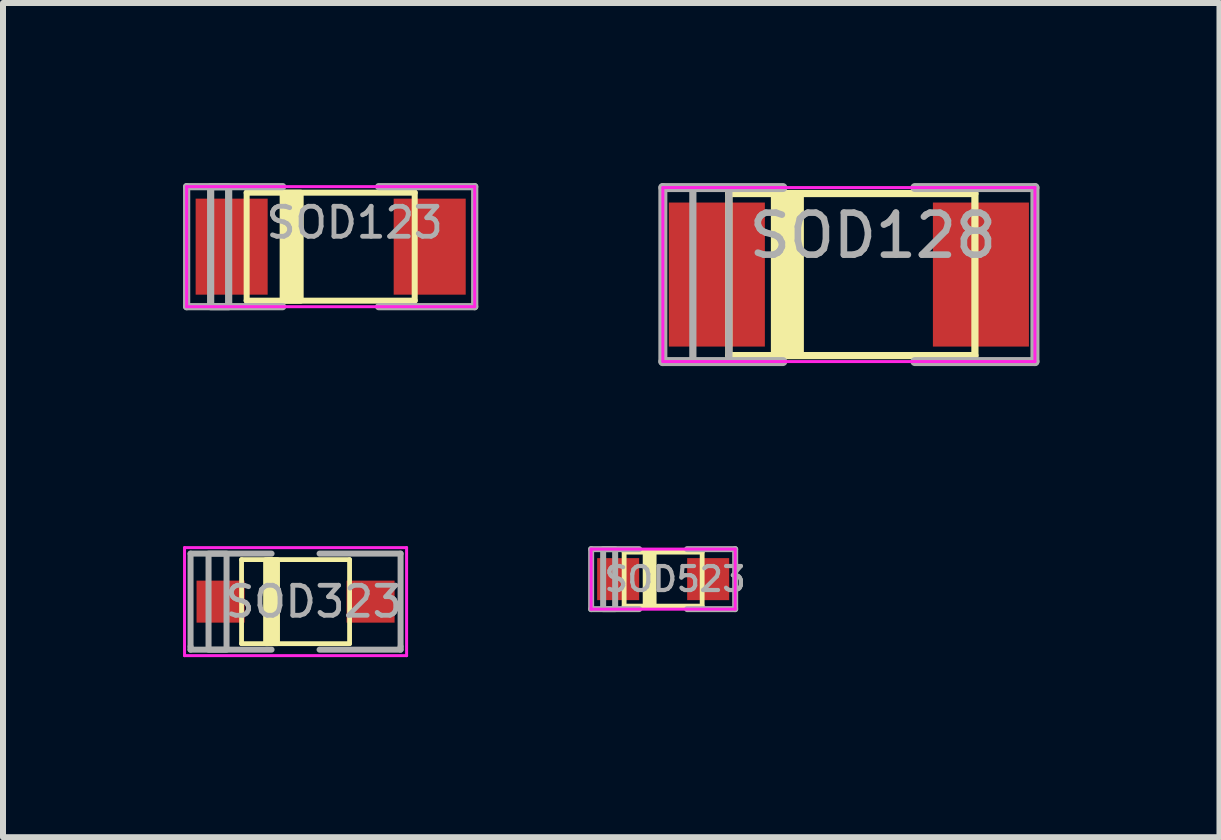
<source format=kicad_pcb>
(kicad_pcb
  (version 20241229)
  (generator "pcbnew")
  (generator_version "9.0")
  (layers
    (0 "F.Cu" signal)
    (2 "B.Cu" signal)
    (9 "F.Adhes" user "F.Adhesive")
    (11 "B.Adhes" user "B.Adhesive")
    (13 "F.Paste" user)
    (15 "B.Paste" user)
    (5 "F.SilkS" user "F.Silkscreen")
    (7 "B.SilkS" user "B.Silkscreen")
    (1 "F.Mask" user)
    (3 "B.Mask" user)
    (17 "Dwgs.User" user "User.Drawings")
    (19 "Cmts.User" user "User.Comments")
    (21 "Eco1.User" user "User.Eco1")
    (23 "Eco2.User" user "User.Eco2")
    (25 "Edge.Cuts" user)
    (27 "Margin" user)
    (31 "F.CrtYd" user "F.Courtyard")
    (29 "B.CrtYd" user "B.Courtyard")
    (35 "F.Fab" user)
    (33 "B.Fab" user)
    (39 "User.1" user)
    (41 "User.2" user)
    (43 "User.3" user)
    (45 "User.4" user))
  (footprint "SOD523"
    (layer "F.Cu")
    (at 8 6.6)
    (property "Reference" "SOD523" (at 0.2 0 0) (layer "F.Fab") (effects (font (size 0.4 0.4) (thickness 0.07))))
    (attr smd)
    (fp_line (start -0.65 -0.45) (end -0.65 0.45) (stroke (width 0.08) (type solid)) (layer "F.SilkS"))
    (fp_line (start -0.65 -0.45) (end 0.65 -0.45) (stroke (width 0.08) (type solid)) (layer "F.SilkS"))
    (fp_line (start -0.3 -0.45) (end -0.3 0.45) (stroke (width 0.08) (type solid)) (layer "F.SilkS"))
    (fp_line (start -0.25 0.45) (end -0.25 -0.45) (stroke (width 0.08) (type solid)) (layer "F.SilkS"))
    (fp_line (start -0.2 -0.45) (end -0.2 0.45) (stroke (width 0.08) (type solid)) (layer "F.SilkS"))
    (fp_line (start -0.15 0.45) (end -0.15 -0.45) (stroke (width 0.08) (type solid)) (layer "F.SilkS"))
    (fp_line (start 0.65 -0.45) (end 0.65 0.45) (stroke (width 0.08) (type solid)) (layer "F.SilkS"))
    (fp_line (start 0.65 0.45) (end -0.65 0.45) (stroke (width 0.08) (type solid)) (layer "F.SilkS"))
    (fp_line (start -1.2 -0.5) (end -1.2 0.5) (stroke (width 0.05) (type solid)) (layer "F.CrtYd"))
    (fp_line (start -1.2 -0.5) (end 1.2 -0.5) (stroke (width 0.05) (type solid)) (layer "F.CrtYd"))
    (fp_line (start -1.2 0.5) (end 1.2 0.5) (stroke (width 0.05) (type solid)) (layer "F.CrtYd"))
    (fp_line (start 1.2 -0.5) (end 1.2 0.5) (stroke (width 0.05) (type solid)) (layer "F.CrtYd"))
    (fp_line (start -1.2 -0.5) (end -1.2 0.5) (stroke (width 0.1) (type solid)) (layer "F.Fab"))
    (fp_line (start -1.2 0.5) (end -0.4 0.5) (stroke (width 0.1) (type solid)) (layer "F.Fab"))
    (fp_line (start -0.4 -0.5) (end -1.2 -0.5) (stroke (width 0.1) (type solid)) (layer "F.Fab"))
    (fp_line (start 0.4 -0.5) (end 1.2 -0.5) (stroke (width 0.1) (type solid)) (layer "F.Fab"))
    (fp_line (start 1.2 -0.5) (end 1.2 0.5) (stroke (width 0.1) (type solid)) (layer "F.Fab"))
    (fp_line (start 1.2 0.5) (end 0.4 0.5) (stroke (width 0.1) (type solid)) (layer "F.Fab"))
    (fp_poly (pts (xy -0.8 0.5) (xy -1 0.5) (xy -1 -0.5) (xy -0.8 -0.5)) (stroke (width 0.1) (type solid)) (fill no) (layer "F.Fab"))
    (pad "1" smd rect (at -0.75 0 180) (size 0.7 0.7) (layers "F.Cu" "F.Mask" "F.Paste"))
    (pad "2" smd rect (at 0.75 0 180) (size 0.7 0.7) (layers "F.Cu" "F.Mask" "F.Paste")))
  (footprint "SOD323"
    (layer "F.Cu")
    (at 1.875 6.975)
    (property "Reference" "SOD323" (at 0.3 0 0) (layer "F.Fab") (effects (font (size 0.5 0.5) (thickness 0.08))))
    (attr smd)
    (fp_line (start -0.9 -0.7) (end -0.9 0.7) (stroke (width 0.08) (type solid)) (layer "F.SilkS"))
    (fp_line (start -0.9 -0.7) (end 0.9 -0.7) (stroke (width 0.08) (type solid)) (layer "F.SilkS"))
    (fp_line (start -0.5 0.7) (end -0.45 0.7) (stroke (width 0.08) (type solid)) (layer "F.SilkS"))
    (fp_line (start -0.45 -0.7) (end -0.4 -0.7) (stroke (width 0.08) (type solid)) (layer "F.SilkS"))
    (fp_line (start 0.9 0.7) (end -0.9 0.7) (stroke (width 0.08) (type solid)) (layer "F.SilkS"))
    (fp_line (start 0.9 0.7) (end 0.9 -0.7) (stroke (width 0.08) (type solid)) (layer "F.SilkS"))
    (fp_poly (pts (xy -0.3 0.7) (xy -0.5 0.7) (xy -0.5 -0.7) (xy -0.3 -0.7)) (stroke (width 0.08) (type solid)) (fill yes) (layer "F.SilkS"))
    (fp_line (start -1.85 -0.9) (end 1.85 -0.9) (stroke (width 0.05) (type solid)) (layer "F.CrtYd"))
    (fp_line (start -1.85 0.9) (end -1.85 -0.9) (stroke (width 0.05) (type solid)) (layer "F.CrtYd"))
    (fp_line (start 1.85 -0.9) (end 1.85 0.9) (stroke (width 0.05) (type solid)) (layer "F.CrtYd"))
    (fp_line (start 1.85 0.9) (end -1.85 0.9) (stroke (width 0.05) (type solid)) (layer "F.CrtYd"))
    (fp_line (start -1.75 -0.8) (end -1.75 0.75) (stroke (width 0.1) (type solid)) (layer "F.Fab"))
    (fp_line (start -1.75 -0.8) (end -0.4 -0.8) (stroke (width 0.1) (type solid)) (layer "F.Fab"))
    (fp_line (start -1.75 0.75) (end -1.75 0.8) (stroke (width 0.1) (type solid)) (layer "F.Fab"))
    (fp_line (start -1.75 0.8) (end -0.4 0.8) (stroke (width 0.1) (type solid)) (layer "F.Fab"))
    (fp_line (start 0.4 -0.8) (end 1.75 -0.8) (stroke (width 0.1) (type solid)) (layer "F.Fab"))
    (fp_line (start 0.4 0.8) (end 1.75 0.8) (stroke (width 0.1) (type solid)) (layer "F.Fab"))
    (fp_line (start 1.75 -0.8) (end 1.75 0.75) (stroke (width 0.1) (type solid)) (layer "F.Fab"))
    (fp_line (start 1.75 0.75) (end 1.75 0.8) (stroke (width 0.1) (type solid)) (layer "F.Fab"))
    (fp_poly (pts (xy -1.45 -0.8) (xy -1.45 0.8) (xy -1.15 0.8) (xy -1.15 -0.8)) (stroke (width 0.1) (type solid)) (fill no) (layer "F.Fab"))
    (pad "1" smd rect (at -1.25 0) (size 0.8 0.7) (layers "F.Cu" "F.Mask" "F.Paste"))
    (pad "2" smd rect (at 1.25 0) (size 0.8 0.7) (layers "F.Cu" "F.Mask" "F.Paste")))
  (footprint "SOD123"
    (layer "F.Cu")
    (at 2.46 1.06)
    (property "Reference" "SOD123" (at 0.4 -0.4 0) (layer "F.Fab") (effects (font (size 0.5 0.5) (thickness 0.08))))
    (attr smd)
    (fp_line (start -1.4 -0.9) (end 1.4 -0.9) (stroke (width 0.1) (type solid)) (layer "F.SilkS"))
    (fp_line (start -1.4 0.9) (end -1.4 -0.9) (stroke (width 0.1) (type solid)) (layer "F.SilkS"))
    (fp_line (start 1.4 -0.9) (end 1.4 0.9) (stroke (width 0.1) (type solid)) (layer "F.SilkS"))
    (fp_line (start 1.4 0.9) (end -1.4 0.9) (stroke (width 0.1) (type solid)) (layer "F.SilkS"))
    (fp_poly (pts (xy -0.8 -0.9) (xy -0.8 0.9) (xy -0.5 0.9) (xy -0.5 -0.9)) (stroke (width 0.1) (type solid)) (fill yes) (layer "F.SilkS"))
    (fp_line (start -2.4 -1) (end 2.4 -1) (stroke (width 0.05) (type solid)) (layer "F.CrtYd"))
    (fp_line (start -2.4 1) (end -2.4 -1) (stroke (width 0.05) (type solid)) (layer "F.CrtYd"))
    (fp_line (start 2.4 -1) (end 2.4 1) (stroke (width 0.05) (type solid)) (layer "F.CrtYd"))
    (fp_line (start 2.4 1) (end -2.4 1) (stroke (width 0.05) (type solid)) (layer "F.CrtYd"))
    (fp_line (start -2.4 -1) (end -2.4 1) (stroke (width 0.12) (type solid)) (layer "F.Fab"))
    (fp_line (start -2.4 -1) (end -0.8 -1) (stroke (width 0.12) (type solid)) (layer "F.Fab"))
    (fp_line (start -0.8 1) (end -2.4 1) (stroke (width 0.12) (type solid)) (layer "F.Fab"))
    (fp_line (start 2.4 -1) (end 0.8 -1) (stroke (width 0.12) (type solid)) (layer "F.Fab"))
    (fp_line (start 2.4 -1) (end 2.4 1) (stroke (width 0.12) (type solid)) (layer "F.Fab"))
    (fp_line (start 2.4 1) (end 0.8 1) (stroke (width 0.12) (type solid)) (layer "F.Fab"))
    (fp_poly (pts (xy -2 -1) (xy -2 1) (xy -1.7 1) (xy -1.7 -1)) (stroke (width 0.12) (type solid)) (fill no) (layer "F.Fab"))
    (pad "1" smd rect (at -1.65 0) (size 1.2 1.6) (layers "F.Cu" "F.Mask" "F.Paste"))
    (pad "2" smd rect (at 1.65 0) (size 1.2 1.6) (layers "F.Cu" "F.Mask" "F.Paste")))
  (footprint "SOD128"
    (layer "F.Cu")
    (at 11.095 1.525)
    (property "Reference" "SOD128" (at 0.4 -0.65 0) (layer "F.Fab") (effects (font (size 0.7 0.7) (thickness 0.11))))
    (attr smd)
    (fp_line (start -2 -1.35) (end 2.1 -1.35) (stroke (width 0.12) (type solid)) (layer "F.SilkS"))
    (fp_line (start -2 1.35) (end -2 -1.35) (stroke (width 0.12) (type solid)) (layer "F.SilkS"))
    (fp_line (start -2 1.35) (end 2.1 1.35) (stroke (width 0.12) (type solid)) (layer "F.SilkS"))
    (fp_line (start 2.1 1.35) (end 2.1 -1.35) (stroke (width 0.12) (type solid)) (layer "F.SilkS"))
    (fp_poly (pts (xy -1.25 -1.35) (xy -1.25 1.35) (xy -0.8 1.35) (xy -0.8 -1.35)) (stroke (width 0.1) (type solid)) (fill yes) (layer "F.SilkS"))
    (fp_line (start -3.1 1.45) (end -3.1 -1.45) (stroke (width 0.05) (type solid)) (layer "F.CrtYd"))
    (fp_line (start 3.1 -1.45) (end -3.1 -1.45) (stroke (width 0.05) (type solid)) (layer "F.CrtYd"))
    (fp_line (start 3.1 1.45) (end -3.1 1.45) (stroke (width 0.05) (type solid)) (layer "F.CrtYd"))
    (fp_line (start 3.1 1.45) (end 3.1 -1.45) (stroke (width 0.05) (type solid)) (layer "F.CrtYd"))
    (fp_line (start -3.1 -1.45) (end -3.1 1.45) (stroke (width 0.15) (type solid)) (layer "F.Fab"))
    (fp_line (start -3.1 -1.45) (end -1.1 -1.45) (stroke (width 0.15) (type solid)) (layer "F.Fab"))
    (fp_line (start -3.1 1.45) (end -1.1 1.45) (stroke (width 0.15) (type solid)) (layer "F.Fab"))
    (fp_line (start 1.1 -1.45) (end 3.1 -1.45) (stroke (width 0.15) (type solid)) (layer "F.Fab"))
    (fp_line (start 1.1 1.45) (end 3.1 1.45) (stroke (width 0.15) (type solid)) (layer "F.Fab"))
    (fp_line (start 3.1 -1.45) (end 3.1 1.45) (stroke (width 0.15) (type solid)) (layer "F.Fab"))
    (fp_poly (pts (xy -2.6 -1.45) (xy -2.6 1.45) (xy -2 1.45) (xy -2 -1.45)) (stroke (width 0.12) (type solid)) (fill no) (layer "F.Fab"))
    (pad "1" smd rect (at -2.2 0) (size 1.6 2.4) (layers "F.Cu" "F.Mask" "F.Paste"))
    (pad "2" smd rect (at 2.2 0) (size 1.6 2.4) (layers "F.Cu" "F.Mask" "F.Paste")))
  (gr_rect
    (start -3 -3)
    (end 17.27 10.9)
    (stroke (width 0.1) (type default))
    (fill no)
    (layer "Edge.Cuts")))
</source>
